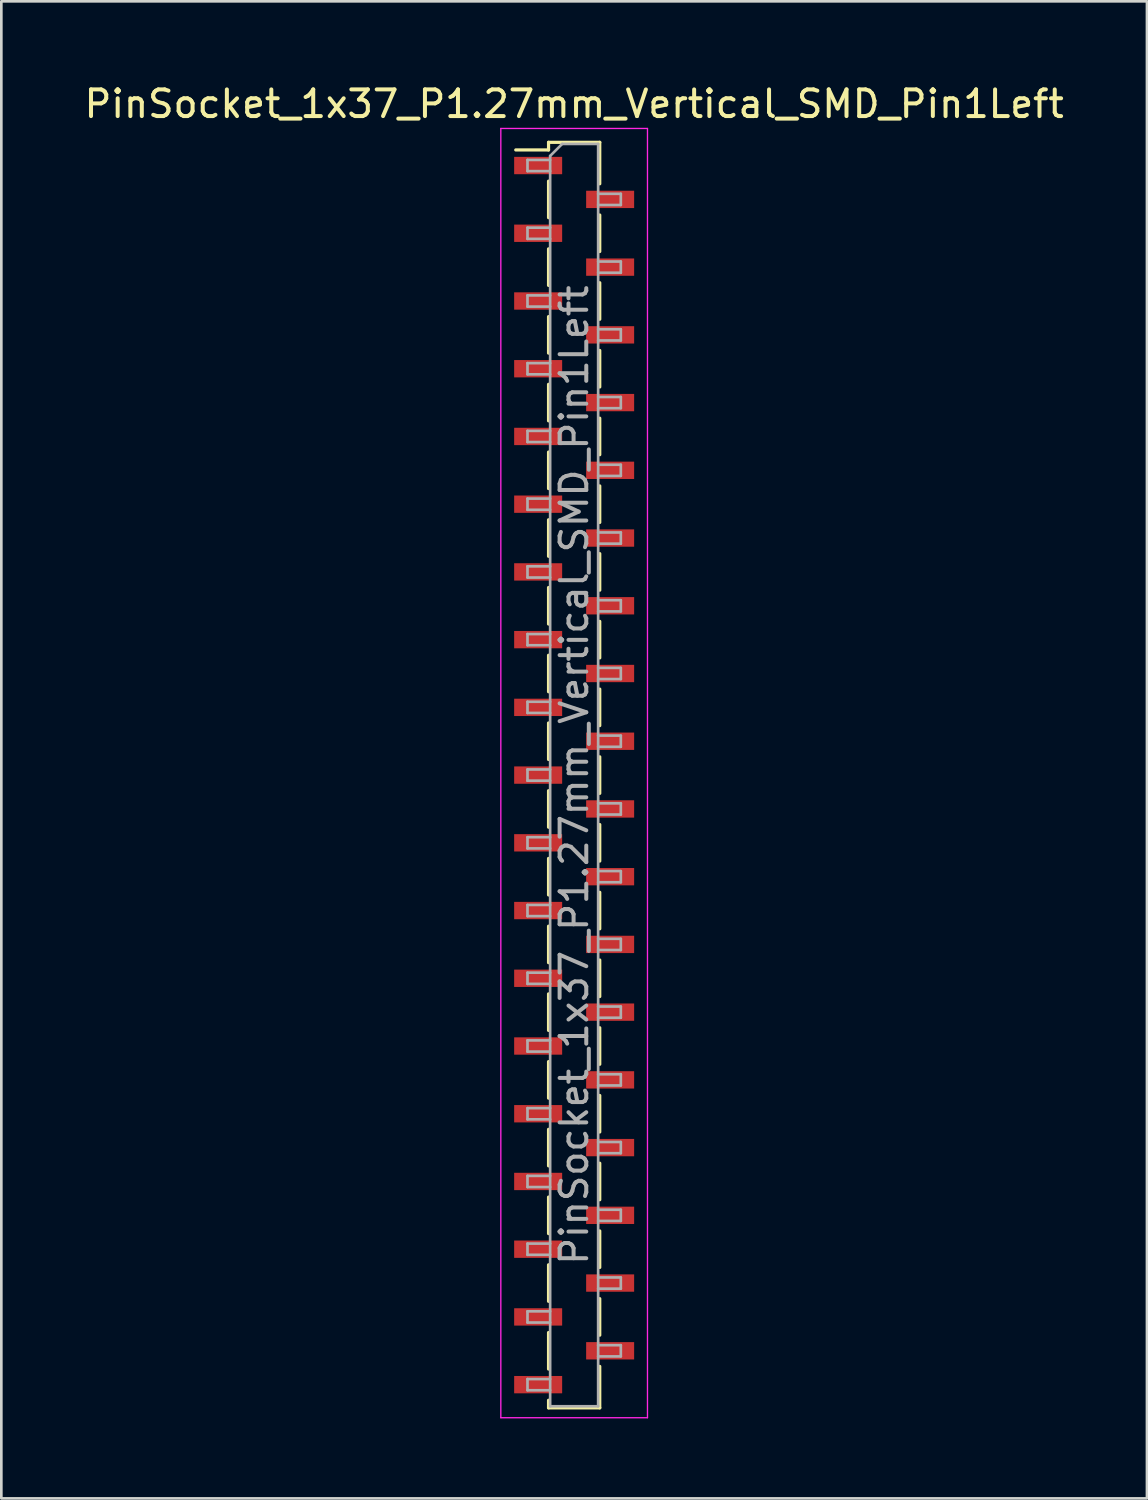
<source format=kicad_pcb>
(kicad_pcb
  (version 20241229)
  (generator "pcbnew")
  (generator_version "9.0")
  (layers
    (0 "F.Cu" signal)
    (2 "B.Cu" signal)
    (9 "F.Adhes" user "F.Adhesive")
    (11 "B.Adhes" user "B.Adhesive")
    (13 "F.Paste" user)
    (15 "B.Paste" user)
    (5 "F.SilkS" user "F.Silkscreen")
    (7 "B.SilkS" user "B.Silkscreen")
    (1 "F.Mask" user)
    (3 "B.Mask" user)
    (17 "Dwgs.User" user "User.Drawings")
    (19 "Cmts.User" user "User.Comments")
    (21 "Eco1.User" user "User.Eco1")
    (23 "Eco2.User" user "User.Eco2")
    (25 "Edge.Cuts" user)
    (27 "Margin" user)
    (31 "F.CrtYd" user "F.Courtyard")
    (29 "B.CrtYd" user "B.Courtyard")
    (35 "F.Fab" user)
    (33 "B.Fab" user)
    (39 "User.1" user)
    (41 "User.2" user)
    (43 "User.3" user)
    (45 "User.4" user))
  (footprint "PinSocket_1x37_P1.27mm_Vertical_SMD_Pin1Left"
    (layer "F.Cu")
    (at 18.482 26.018)
    (property "Reference" "PinSocket_1x37_P1.27mm_Vertical_SMD_Pin1Left" (at 0 -25.17 0) (layer "F.SilkS") (effects (font (size 1 1) (thickness 0.15))))
    (attr smd)
    (fp_line (start -2.19 -23.445) (end -0.96 -23.445) (stroke (width 0.12) (type solid)) (layer "F.SilkS"))
    (fp_line (start -0.96 -23.73) (end -0.96 -23.445) (stroke (width 0.12) (type solid)) (layer "F.SilkS"))
    (fp_line (start -0.96 -23.73) (end 0.96 -23.73) (stroke (width 0.12) (type solid)) (layer "F.SilkS"))
    (fp_line (start -0.96 -22.275) (end -0.96 -20.905) (stroke (width 0.12) (type solid)) (layer "F.SilkS"))
    (fp_line (start -0.96 -19.735) (end -0.96 -18.365) (stroke (width 0.12) (type solid)) (layer "F.SilkS"))
    (fp_line (start -0.96 -17.195) (end -0.96 -15.825) (stroke (width 0.12) (type solid)) (layer "F.SilkS"))
    (fp_line (start -0.96 -14.655) (end -0.96 -13.285) (stroke (width 0.12) (type solid)) (layer "F.SilkS"))
    (fp_line (start -0.96 -12.115) (end -0.96 -10.745) (stroke (width 0.12) (type solid)) (layer "F.SilkS"))
    (fp_line (start -0.96 -9.575) (end -0.96 -8.205) (stroke (width 0.12) (type solid)) (layer "F.SilkS"))
    (fp_line (start -0.96 -7.035) (end -0.96 -5.665) (stroke (width 0.12) (type solid)) (layer "F.SilkS"))
    (fp_line (start -0.96 -4.495) (end -0.96 -3.125) (stroke (width 0.12) (type solid)) (layer "F.SilkS"))
    (fp_line (start -0.96 -1.955) (end -0.96 -0.585) (stroke (width 0.12) (type solid)) (layer "F.SilkS"))
    (fp_line (start -0.96 0.585) (end -0.96 1.955) (stroke (width 0.12) (type solid)) (layer "F.SilkS"))
    (fp_line (start -0.96 3.125) (end -0.96 4.495) (stroke (width 0.12) (type solid)) (layer "F.SilkS"))
    (fp_line (start -0.96 5.665) (end -0.96 7.035) (stroke (width 0.12) (type solid)) (layer "F.SilkS"))
    (fp_line (start -0.96 8.205) (end -0.96 9.575) (stroke (width 0.12) (type solid)) (layer "F.SilkS"))
    (fp_line (start -0.96 10.745) (end -0.96 12.115) (stroke (width 0.12) (type solid)) (layer "F.SilkS"))
    (fp_line (start -0.96 13.285) (end -0.96 14.655) (stroke (width 0.12) (type solid)) (layer "F.SilkS"))
    (fp_line (start -0.96 15.825) (end -0.96 17.195) (stroke (width 0.12) (type solid)) (layer "F.SilkS"))
    (fp_line (start -0.96 18.365) (end -0.96 19.735) (stroke (width 0.12) (type solid)) (layer "F.SilkS"))
    (fp_line (start -0.96 20.905) (end -0.96 22.275) (stroke (width 0.12) (type solid)) (layer "F.SilkS"))
    (fp_line (start -0.96 23.445) (end -0.96 23.73) (stroke (width 0.12) (type solid)) (layer "F.SilkS"))
    (fp_line (start -0.96 23.73) (end 0.96 23.73) (stroke (width 0.12) (type solid)) (layer "F.SilkS"))
    (fp_line (start 0.96 -23.73) (end 0.96 -22.175) (stroke (width 0.12) (type solid)) (layer "F.SilkS"))
    (fp_line (start 0.96 -21.005) (end 0.96 -19.635) (stroke (width 0.12) (type solid)) (layer "F.SilkS"))
    (fp_line (start 0.96 -18.465) (end 0.96 -17.095) (stroke (width 0.12) (type solid)) (layer "F.SilkS"))
    (fp_line (start 0.96 -15.925) (end 0.96 -14.555) (stroke (width 0.12) (type solid)) (layer "F.SilkS"))
    (fp_line (start 0.96 -13.385) (end 0.96 -12.015) (stroke (width 0.12) (type solid)) (layer "F.SilkS"))
    (fp_line (start 0.96 -10.845) (end 0.96 -9.475) (stroke (width 0.12) (type solid)) (layer "F.SilkS"))
    (fp_line (start 0.96 -8.305) (end 0.96 -6.935) (stroke (width 0.12) (type solid)) (layer "F.SilkS"))
    (fp_line (start 0.96 -5.765) (end 0.96 -4.395) (stroke (width 0.12) (type solid)) (layer "F.SilkS"))
    (fp_line (start 0.96 -3.225) (end 0.96 -1.855) (stroke (width 0.12) (type solid)) (layer "F.SilkS"))
    (fp_line (start 0.96 -0.685) (end 0.96 0.685) (stroke (width 0.12) (type solid)) (layer "F.SilkS"))
    (fp_line (start 0.96 1.855) (end 0.96 3.225) (stroke (width 0.12) (type solid)) (layer "F.SilkS"))
    (fp_line (start 0.96 4.395) (end 0.96 5.765) (stroke (width 0.12) (type solid)) (layer "F.SilkS"))
    (fp_line (start 0.96 6.935) (end 0.96 8.305) (stroke (width 0.12) (type solid)) (layer "F.SilkS"))
    (fp_line (start 0.96 9.475) (end 0.96 10.845) (stroke (width 0.12) (type solid)) (layer "F.SilkS"))
    (fp_line (start 0.96 12.015) (end 0.96 13.385) (stroke (width 0.12) (type solid)) (layer "F.SilkS"))
    (fp_line (start 0.96 14.555) (end 0.96 15.925) (stroke (width 0.12) (type solid)) (layer "F.SilkS"))
    (fp_line (start 0.96 17.095) (end 0.96 18.465) (stroke (width 0.12) (type solid)) (layer "F.SilkS"))
    (fp_line (start 0.96 19.635) (end 0.96 21.005) (stroke (width 0.12) (type solid)) (layer "F.SilkS"))
    (fp_line (start 0.96 22.175) (end 0.96 23.73) (stroke (width 0.12) (type solid)) (layer "F.SilkS"))
    (fp_line (start -2.75 -24.25) (end 2.75 -24.25) (stroke (width 0.05) (type solid)) (layer "F.CrtYd"))
    (fp_line (start -2.75 24.1) (end -2.75 -24.25) (stroke (width 0.05) (type solid)) (layer "F.CrtYd"))
    (fp_line (start 2.75 -24.25) (end 2.75 24.1) (stroke (width 0.05) (type solid)) (layer "F.CrtYd"))
    (fp_line (start 2.75 24.1) (end -2.75 24.1) (stroke (width 0.05) (type solid)) (layer "F.CrtYd"))
    (fp_line (start -1.75 -23.07) (end -0.9 -23.07) (stroke (width 0.1) (type solid)) (layer "F.Fab"))
    (fp_line (start -1.75 -22.65) (end -1.75 -23.07) (stroke (width 0.1) (type solid)) (layer "F.Fab"))
    (fp_line (start -1.75 -20.53) (end -0.9 -20.53) (stroke (width 0.1) (type solid)) (layer "F.Fab"))
    (fp_line (start -1.75 -20.11) (end -1.75 -20.53) (stroke (width 0.1) (type solid)) (layer "F.Fab"))
    (fp_line (start -1.75 -17.99) (end -0.9 -17.99) (stroke (width 0.1) (type solid)) (layer "F.Fab"))
    (fp_line (start -1.75 -17.57) (end -1.75 -17.99) (stroke (width 0.1) (type solid)) (layer "F.Fab"))
    (fp_line (start -1.75 -15.45) (end -0.9 -15.45) (stroke (width 0.1) (type solid)) (layer "F.Fab"))
    (fp_line (start -1.75 -15.03) (end -1.75 -15.45) (stroke (width 0.1) (type solid)) (layer "F.Fab"))
    (fp_line (start -1.75 -12.91) (end -0.9 -12.91) (stroke (width 0.1) (type solid)) (layer "F.Fab"))
    (fp_line (start -1.75 -12.49) (end -1.75 -12.91) (stroke (width 0.1) (type solid)) (layer "F.Fab"))
    (fp_line (start -1.75 -10.37) (end -0.9 -10.37) (stroke (width 0.1) (type solid)) (layer "F.Fab"))
    (fp_line (start -1.75 -9.95) (end -1.75 -10.37) (stroke (width 0.1) (type solid)) (layer "F.Fab"))
    (fp_line (start -1.75 -7.83) (end -0.9 -7.83) (stroke (width 0.1) (type solid)) (layer "F.Fab"))
    (fp_line (start -1.75 -7.41) (end -1.75 -7.83) (stroke (width 0.1) (type solid)) (layer "F.Fab"))
    (fp_line (start -1.75 -5.29) (end -0.9 -5.29) (stroke (width 0.1) (type solid)) (layer "F.Fab"))
    (fp_line (start -1.75 -4.87) (end -1.75 -5.29) (stroke (width 0.1) (type solid)) (layer "F.Fab"))
    (fp_line (start -1.75 -2.75) (end -0.9 -2.75) (stroke (width 0.1) (type solid)) (layer "F.Fab"))
    (fp_line (start -1.75 -2.33) (end -1.75 -2.75) (stroke (width 0.1) (type solid)) (layer "F.Fab"))
    (fp_line (start -1.75 -0.21) (end -0.9 -0.21) (stroke (width 0.1) (type solid)) (layer "F.Fab"))
    (fp_line (start -1.75 0.21) (end -1.75 -0.21) (stroke (width 0.1) (type solid)) (layer "F.Fab"))
    (fp_line (start -1.75 2.33) (end -0.9 2.33) (stroke (width 0.1) (type solid)) (layer "F.Fab"))
    (fp_line (start -1.75 2.75) (end -1.75 2.33) (stroke (width 0.1) (type solid)) (layer "F.Fab"))
    (fp_line (start -1.75 4.87) (end -0.9 4.87) (stroke (width 0.1) (type solid)) (layer "F.Fab"))
    (fp_line (start -1.75 5.29) (end -1.75 4.87) (stroke (width 0.1) (type solid)) (layer "F.Fab"))
    (fp_line (start -1.75 7.41) (end -0.9 7.41) (stroke (width 0.1) (type solid)) (layer "F.Fab"))
    (fp_line (start -1.75 7.83) (end -1.75 7.41) (stroke (width 0.1) (type solid)) (layer "F.Fab"))
    (fp_line (start -1.75 9.95) (end -0.9 9.95) (stroke (width 0.1) (type solid)) (layer "F.Fab"))
    (fp_line (start -1.75 10.37) (end -1.75 9.95) (stroke (width 0.1) (type solid)) (layer "F.Fab"))
    (fp_line (start -1.75 12.49) (end -0.9 12.49) (stroke (width 0.1) (type solid)) (layer "F.Fab"))
    (fp_line (start -1.75 12.91) (end -1.75 12.49) (stroke (width 0.1) (type solid)) (layer "F.Fab"))
    (fp_line (start -1.75 15.03) (end -0.9 15.03) (stroke (width 0.1) (type solid)) (layer "F.Fab"))
    (fp_line (start -1.75 15.45) (end -1.75 15.03) (stroke (width 0.1) (type solid)) (layer "F.Fab"))
    (fp_line (start -1.75 17.57) (end -0.9 17.57) (stroke (width 0.1) (type solid)) (layer "F.Fab"))
    (fp_line (start -1.75 17.99) (end -1.75 17.57) (stroke (width 0.1) (type solid)) (layer "F.Fab"))
    (fp_line (start -1.75 20.11) (end -0.9 20.11) (stroke (width 0.1) (type solid)) (layer "F.Fab"))
    (fp_line (start -1.75 20.53) (end -1.75 20.11) (stroke (width 0.1) (type solid)) (layer "F.Fab"))
    (fp_line (start -1.75 22.65) (end -0.9 22.65) (stroke (width 0.1) (type solid)) (layer "F.Fab"))
    (fp_line (start -1.75 23.07) (end -1.75 22.65) (stroke (width 0.1) (type solid)) (layer "F.Fab"))
    (fp_line (start -0.9 -23.22) (end -0.45 -23.67) (stroke (width 0.1) (type solid)) (layer "F.Fab"))
    (fp_line (start -0.9 -22.65) (end -1.75 -22.65) (stroke (width 0.1) (type solid)) (layer "F.Fab"))
    (fp_line (start -0.9 -20.11) (end -1.75 -20.11) (stroke (width 0.1) (type solid)) (layer "F.Fab"))
    (fp_line (start -0.9 -17.57) (end -1.75 -17.57) (stroke (width 0.1) (type solid)) (layer "F.Fab"))
    (fp_line (start -0.9 -15.03) (end -1.75 -15.03) (stroke (width 0.1) (type solid)) (layer "F.Fab"))
    (fp_line (start -0.9 -12.49) (end -1.75 -12.49) (stroke (width 0.1) (type solid)) (layer "F.Fab"))
    (fp_line (start -0.9 -9.95) (end -1.75 -9.95) (stroke (width 0.1) (type solid)) (layer "F.Fab"))
    (fp_line (start -0.9 -7.41) (end -1.75 -7.41) (stroke (width 0.1) (type solid)) (layer "F.Fab"))
    (fp_line (start -0.9 -4.87) (end -1.75 -4.87) (stroke (width 0.1) (type solid)) (layer "F.Fab"))
    (fp_line (start -0.9 -2.33) (end -1.75 -2.33) (stroke (width 0.1) (type solid)) (layer "F.Fab"))
    (fp_line (start -0.9 0.21) (end -1.75 0.21) (stroke (width 0.1) (type solid)) (layer "F.Fab"))
    (fp_line (start -0.9 2.75) (end -1.75 2.75) (stroke (width 0.1) (type solid)) (layer "F.Fab"))
    (fp_line (start -0.9 5.29) (end -1.75 5.29) (stroke (width 0.1) (type solid)) (layer "F.Fab"))
    (fp_line (start -0.9 7.83) (end -1.75 7.83) (stroke (width 0.1) (type solid)) (layer "F.Fab"))
    (fp_line (start -0.9 10.37) (end -1.75 10.37) (stroke (width 0.1) (type solid)) (layer "F.Fab"))
    (fp_line (start -0.9 12.91) (end -1.75 12.91) (stroke (width 0.1) (type solid)) (layer "F.Fab"))
    (fp_line (start -0.9 15.45) (end -1.75 15.45) (stroke (width 0.1) (type solid)) (layer "F.Fab"))
    (fp_line (start -0.9 17.99) (end -1.75 17.99) (stroke (width 0.1) (type solid)) (layer "F.Fab"))
    (fp_line (start -0.9 20.53) (end -1.75 20.53) (stroke (width 0.1) (type solid)) (layer "F.Fab"))
    (fp_line (start -0.9 23.07) (end -1.75 23.07) (stroke (width 0.1) (type solid)) (layer "F.Fab"))
    (fp_line (start -0.9 23.67) (end -0.9 -23.22) (stroke (width 0.1) (type solid)) (layer "F.Fab"))
    (fp_line (start -0.45 -23.67) (end 0.9 -23.67) (stroke (width 0.1) (type solid)) (layer "F.Fab"))
    (fp_line (start 0.9 -23.67) (end 0.9 23.67) (stroke (width 0.1) (type solid)) (layer "F.Fab"))
    (fp_line (start 0.9 -21.8) (end 1.75 -21.8) (stroke (width 0.1) (type solid)) (layer "F.Fab"))
    (fp_line (start 0.9 -19.26) (end 1.75 -19.26) (stroke (width 0.1) (type solid)) (layer "F.Fab"))
    (fp_line (start 0.9 -16.72) (end 1.75 -16.72) (stroke (width 0.1) (type solid)) (layer "F.Fab"))
    (fp_line (start 0.9 -14.18) (end 1.75 -14.18) (stroke (width 0.1) (type solid)) (layer "F.Fab"))
    (fp_line (start 0.9 -11.64) (end 1.75 -11.64) (stroke (width 0.1) (type solid)) (layer "F.Fab"))
    (fp_line (start 0.9 -9.1) (end 1.75 -9.1) (stroke (width 0.1) (type solid)) (layer "F.Fab"))
    (fp_line (start 0.9 -6.56) (end 1.75 -6.56) (stroke (width 0.1) (type solid)) (layer "F.Fab"))
    (fp_line (start 0.9 -4.02) (end 1.75 -4.02) (stroke (width 0.1) (type solid)) (layer "F.Fab"))
    (fp_line (start 0.9 -1.48) (end 1.75 -1.48) (stroke (width 0.1) (type solid)) (layer "F.Fab"))
    (fp_line (start 0.9 1.06) (end 1.75 1.06) (stroke (width 0.1) (type solid)) (layer "F.Fab"))
    (fp_line (start 0.9 3.6) (end 1.75 3.6) (stroke (width 0.1) (type solid)) (layer "F.Fab"))
    (fp_line (start 0.9 6.14) (end 1.75 6.14) (stroke (width 0.1) (type solid)) (layer "F.Fab"))
    (fp_line (start 0.9 8.68) (end 1.75 8.68) (stroke (width 0.1) (type solid)) (layer "F.Fab"))
    (fp_line (start 0.9 11.22) (end 1.75 11.22) (stroke (width 0.1) (type solid)) (layer "F.Fab"))
    (fp_line (start 0.9 13.76) (end 1.75 13.76) (stroke (width 0.1) (type solid)) (layer "F.Fab"))
    (fp_line (start 0.9 16.3) (end 1.75 16.3) (stroke (width 0.1) (type solid)) (layer "F.Fab"))
    (fp_line (start 0.9 18.84) (end 1.75 18.84) (stroke (width 0.1) (type solid)) (layer "F.Fab"))
    (fp_line (start 0.9 21.38) (end 1.75 21.38) (stroke (width 0.1) (type solid)) (layer "F.Fab"))
    (fp_line (start 0.9 23.67) (end -0.9 23.67) (stroke (width 0.1) (type solid)) (layer "F.Fab"))
    (fp_line (start 1.75 -21.8) (end 1.75 -21.38) (stroke (width 0.1) (type solid)) (layer "F.Fab"))
    (fp_line (start 1.75 -21.38) (end 0.9 -21.38) (stroke (width 0.1) (type solid)) (layer "F.Fab"))
    (fp_line (start 1.75 -19.26) (end 1.75 -18.84) (stroke (width 0.1) (type solid)) (layer "F.Fab"))
    (fp_line (start 1.75 -18.84) (end 0.9 -18.84) (stroke (width 0.1) (type solid)) (layer "F.Fab"))
    (fp_line (start 1.75 -16.72) (end 1.75 -16.3) (stroke (width 0.1) (type solid)) (layer "F.Fab"))
    (fp_line (start 1.75 -16.3) (end 0.9 -16.3) (stroke (width 0.1) (type solid)) (layer "F.Fab"))
    (fp_line (start 1.75 -14.18) (end 1.75 -13.76) (stroke (width 0.1) (type solid)) (layer "F.Fab"))
    (fp_line (start 1.75 -13.76) (end 0.9 -13.76) (stroke (width 0.1) (type solid)) (layer "F.Fab"))
    (fp_line (start 1.75 -11.64) (end 1.75 -11.22) (stroke (width 0.1) (type solid)) (layer "F.Fab"))
    (fp_line (start 1.75 -11.22) (end 0.9 -11.22) (stroke (width 0.1) (type solid)) (layer "F.Fab"))
    (fp_line (start 1.75 -9.1) (end 1.75 -8.68) (stroke (width 0.1) (type solid)) (layer "F.Fab"))
    (fp_line (start 1.75 -8.68) (end 0.9 -8.68) (stroke (width 0.1) (type solid)) (layer "F.Fab"))
    (fp_line (start 1.75 -6.56) (end 1.75 -6.14) (stroke (width 0.1) (type solid)) (layer "F.Fab"))
    (fp_line (start 1.75 -6.14) (end 0.9 -6.14) (stroke (width 0.1) (type solid)) (layer "F.Fab"))
    (fp_line (start 1.75 -4.02) (end 1.75 -3.6) (stroke (width 0.1) (type solid)) (layer "F.Fab"))
    (fp_line (start 1.75 -3.6) (end 0.9 -3.6) (stroke (width 0.1) (type solid)) (layer "F.Fab"))
    (fp_line (start 1.75 -1.48) (end 1.75 -1.06) (stroke (width 0.1) (type solid)) (layer "F.Fab"))
    (fp_line (start 1.75 -1.06) (end 0.9 -1.06) (stroke (width 0.1) (type solid)) (layer "F.Fab"))
    (fp_line (start 1.75 1.06) (end 1.75 1.48) (stroke (width 0.1) (type solid)) (layer "F.Fab"))
    (fp_line (start 1.75 1.48) (end 0.9 1.48) (stroke (width 0.1) (type solid)) (layer "F.Fab"))
    (fp_line (start 1.75 3.6) (end 1.75 4.02) (stroke (width 0.1) (type solid)) (layer "F.Fab"))
    (fp_line (start 1.75 4.02) (end 0.9 4.02) (stroke (width 0.1) (type solid)) (layer "F.Fab"))
    (fp_line (start 1.75 6.14) (end 1.75 6.56) (stroke (width 0.1) (type solid)) (layer "F.Fab"))
    (fp_line (start 1.75 6.56) (end 0.9 6.56) (stroke (width 0.1) (type solid)) (layer "F.Fab"))
    (fp_line (start 1.75 8.68) (end 1.75 9.1) (stroke (width 0.1) (type solid)) (layer "F.Fab"))
    (fp_line (start 1.75 9.1) (end 0.9 9.1) (stroke (width 0.1) (type solid)) (layer "F.Fab"))
    (fp_line (start 1.75 11.22) (end 1.75 11.64) (stroke (width 0.1) (type solid)) (layer "F.Fab"))
    (fp_line (start 1.75 11.64) (end 0.9 11.64) (stroke (width 0.1) (type solid)) (layer "F.Fab"))
    (fp_line (start 1.75 13.76) (end 1.75 14.18) (stroke (width 0.1) (type solid)) (layer "F.Fab"))
    (fp_line (start 1.75 14.18) (end 0.9 14.18) (stroke (width 0.1) (type solid)) (layer "F.Fab"))
    (fp_line (start 1.75 16.3) (end 1.75 16.72) (stroke (width 0.1) (type solid)) (layer "F.Fab"))
    (fp_line (start 1.75 16.72) (end 0.9 16.72) (stroke (width 0.1) (type solid)) (layer "F.Fab"))
    (fp_line (start 1.75 18.84) (end 1.75 19.26) (stroke (width 0.1) (type solid)) (layer "F.Fab"))
    (fp_line (start 1.75 19.26) (end 0.9 19.26) (stroke (width 0.1) (type solid)) (layer "F.Fab"))
    (fp_line (start 1.75 21.38) (end 1.75 21.8) (stroke (width 0.1) (type solid)) (layer "F.Fab"))
    (fp_line (start 1.75 21.8) (end 0.9 21.8) (stroke (width 0.1) (type solid)) (layer "F.Fab"))
    (fp_text user "${REFERENCE}" (at 0 0 90) (layer "F.Fab") (effects (font (size 1 1) (thickness 0.15))))
    (pad "1" smd rect (at -1.35 -22.86) (size 1.8 0.65) (layers "F.Cu" "F.Mask" "F.Paste"))
    (pad "2" smd rect (at 1.35 -21.59) (size 1.8 0.65) (layers "F.Cu" "F.Mask" "F.Paste"))
    (pad "3" smd rect (at -1.35 -20.32) (size 1.8 0.65) (layers "F.Cu" "F.Mask" "F.Paste"))
    (pad "4" smd rect (at 1.35 -19.05) (size 1.8 0.65) (layers "F.Cu" "F.Mask" "F.Paste"))
    (pad "5" smd rect (at -1.35 -17.78) (size 1.8 0.65) (layers "F.Cu" "F.Mask" "F.Paste"))
    (pad "6" smd rect (at 1.35 -16.51) (size 1.8 0.65) (layers "F.Cu" "F.Mask" "F.Paste"))
    (pad "7" smd rect (at -1.35 -15.24) (size 1.8 0.65) (layers "F.Cu" "F.Mask" "F.Paste"))
    (pad "8" smd rect (at 1.35 -13.97) (size 1.8 0.65) (layers "F.Cu" "F.Mask" "F.Paste"))
    (pad "9" smd rect (at -1.35 -12.7) (size 1.8 0.65) (layers "F.Cu" "F.Mask" "F.Paste"))
    (pad "10" smd rect (at 1.35 -11.43) (size 1.8 0.65) (layers "F.Cu" "F.Mask" "F.Paste"))
    (pad "11" smd rect (at -1.35 -10.16) (size 1.8 0.65) (layers "F.Cu" "F.Mask" "F.Paste"))
    (pad "12" smd rect (at 1.35 -8.89) (size 1.8 0.65) (layers "F.Cu" "F.Mask" "F.Paste"))
    (pad "13" smd rect (at -1.35 -7.62) (size 1.8 0.65) (layers "F.Cu" "F.Mask" "F.Paste"))
    (pad "14" smd rect (at 1.35 -6.35) (size 1.8 0.65) (layers "F.Cu" "F.Mask" "F.Paste"))
    (pad "15" smd rect (at -1.35 -5.08) (size 1.8 0.65) (layers "F.Cu" "F.Mask" "F.Paste"))
    (pad "16" smd rect (at 1.35 -3.81) (size 1.8 0.65) (layers "F.Cu" "F.Mask" "F.Paste"))
    (pad "17" smd rect (at -1.35 -2.54) (size 1.8 0.65) (layers "F.Cu" "F.Mask" "F.Paste"))
    (pad "18" smd rect (at 1.35 -1.27) (size 1.8 0.65) (layers "F.Cu" "F.Mask" "F.Paste"))
    (pad "19" smd rect (at -1.35 0) (size 1.8 0.65) (layers "F.Cu" "F.Mask" "F.Paste"))
    (pad "20" smd rect (at 1.35 1.27) (size 1.8 0.65) (layers "F.Cu" "F.Mask" "F.Paste"))
    (pad "21" smd rect (at -1.35 2.54) (size 1.8 0.65) (layers "F.Cu" "F.Mask" "F.Paste"))
    (pad "22" smd rect (at 1.35 3.81) (size 1.8 0.65) (layers "F.Cu" "F.Mask" "F.Paste"))
    (pad "23" smd rect (at -1.35 5.08) (size 1.8 0.65) (layers "F.Cu" "F.Mask" "F.Paste"))
    (pad "24" smd rect (at 1.35 6.35) (size 1.8 0.65) (layers "F.Cu" "F.Mask" "F.Paste"))
    (pad "25" smd rect (at -1.35 7.62) (size 1.8 0.65) (layers "F.Cu" "F.Mask" "F.Paste"))
    (pad "26" smd rect (at 1.35 8.89) (size 1.8 0.65) (layers "F.Cu" "F.Mask" "F.Paste"))
    (pad "27" smd rect (at -1.35 10.16) (size 1.8 0.65) (layers "F.Cu" "F.Mask" "F.Paste"))
    (pad "28" smd rect (at 1.35 11.43) (size 1.8 0.65) (layers "F.Cu" "F.Mask" "F.Paste"))
    (pad "29" smd rect (at -1.35 12.7) (size 1.8 0.65) (layers "F.Cu" "F.Mask" "F.Paste"))
    (pad "30" smd rect (at 1.35 13.97) (size 1.8 0.65) (layers "F.Cu" "F.Mask" "F.Paste"))
    (pad "31" smd rect (at -1.35 15.24) (size 1.8 0.65) (layers "F.Cu" "F.Mask" "F.Paste"))
    (pad "32" smd rect (at 1.35 16.51) (size 1.8 0.65) (layers "F.Cu" "F.Mask" "F.Paste"))
    (pad "33" smd rect (at -1.35 17.78) (size 1.8 0.65) (layers "F.Cu" "F.Mask" "F.Paste"))
    (pad "34" smd rect (at 1.35 19.05) (size 1.8 0.65) (layers "F.Cu" "F.Mask" "F.Paste"))
    (pad "35" smd rect (at -1.35 20.32) (size 1.8 0.65) (layers "F.Cu" "F.Mask" "F.Paste"))
    (pad "36" smd rect (at 1.35 21.59) (size 1.8 0.65) (layers "F.Cu" "F.Mask" "F.Paste"))
    (pad "37" smd rect (at -1.35 22.86) (size 1.8 0.65) (layers "F.Cu" "F.Mask" "F.Paste")))
  (gr_rect
    (start -3 -3)
    (end 39.964 53.143)
    (stroke (width 0.1) (type default))
    (fill no)
    (layer "Edge.Cuts")))
</source>
